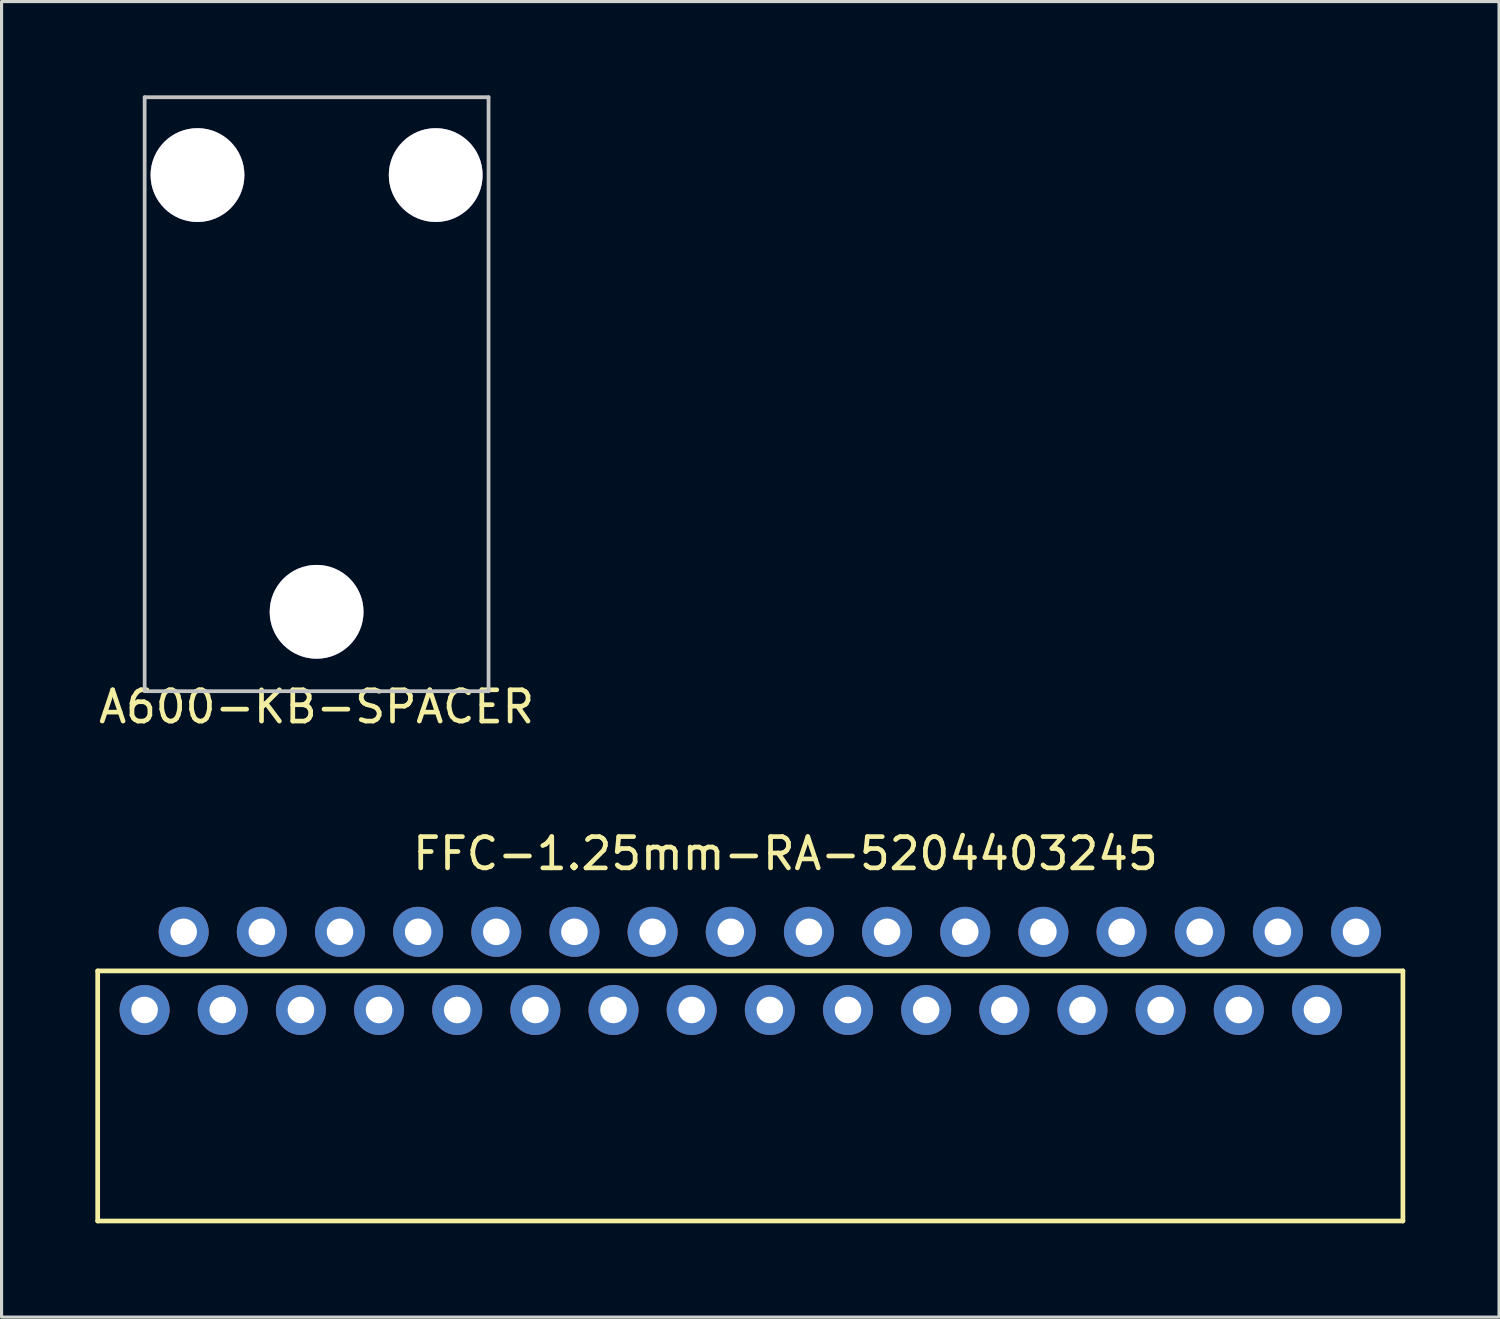
<source format=kicad_pcb>
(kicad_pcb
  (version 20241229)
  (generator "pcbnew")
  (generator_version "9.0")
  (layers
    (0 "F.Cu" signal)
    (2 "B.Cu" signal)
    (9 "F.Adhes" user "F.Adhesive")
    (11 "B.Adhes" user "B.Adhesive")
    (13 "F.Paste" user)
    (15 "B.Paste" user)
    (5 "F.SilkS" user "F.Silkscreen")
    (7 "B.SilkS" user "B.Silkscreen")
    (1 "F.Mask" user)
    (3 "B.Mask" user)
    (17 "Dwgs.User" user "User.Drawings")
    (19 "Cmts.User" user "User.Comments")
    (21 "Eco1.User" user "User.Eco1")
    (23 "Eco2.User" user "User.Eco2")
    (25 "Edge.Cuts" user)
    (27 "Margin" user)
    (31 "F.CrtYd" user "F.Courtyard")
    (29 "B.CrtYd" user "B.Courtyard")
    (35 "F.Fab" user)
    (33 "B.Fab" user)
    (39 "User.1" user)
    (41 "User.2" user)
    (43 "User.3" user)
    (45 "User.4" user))
  (footprint "A600-KB-SPACER"
    (layer "F.Cu")
    (at 7.077 19.06)
    (property "Reference" "A600-KB-SPACER" (at 0 0.5 0) (layer "F.SilkS") (effects (font (size 1 1) (thickness 0.15))))
    (attr through_hole)
    (fp_line (start -5.5 -19) (end 5.5 -19) (stroke (width 0.12) (type solid)) (layer "Dwgs.User"))
    (fp_line (start -5.5 0) (end -5.5 -19) (stroke (width 0.12) (type solid)) (layer "Dwgs.User"))
    (fp_line (start 5.5 -19) (end 5.5 0) (stroke (width 0.12) (type solid)) (layer "Dwgs.User"))
    (fp_line (start 5.5 0) (end -5.5 0) (stroke (width 0.12) (type solid)) (layer "Dwgs.User"))
    (pad "1" thru_hole circle (at 0 -2.54) (size 3 3) (drill 3) (layers "*.Cu" "*.Mask"))
    (pad "2" thru_hole circle (at -3.81 -16.51) (size 3 3) (drill 3) (layers "*.Cu" "*.Mask"))
    (pad "3" thru_hole circle (at 3.81 -16.51) (size 3 3) (drill 3) (layers "*.Cu" "*.Mask")))
  (footprint "FFC-1.25mm-RA-5204403245"
    (layer "F.Cu")
    (at 21.575 28.006)
    (property "Reference" "FFC-1.25mm-RA-5204403245" (at 0.5 -3.75 0) (layer "F.SilkS") (effects (font (size 1 1) (thickness 0.15))))
    (attr through_hole)
    (fp_line (start -21.5 0) (end -21.5 8) (stroke (width 0.15) (type solid)) (layer "F.SilkS"))
    (fp_line (start -21.5 8) (end 20.25 8) (stroke (width 0.15) (type solid)) (layer "F.SilkS"))
    (fp_line (start 20.25 0) (end -21.5 0) (stroke (width 0.15) (type solid)) (layer "F.SilkS"))
    (fp_line (start 20.25 8) (end 20.25 0) (stroke (width 0.15) (type solid)) (layer "F.SilkS"))
    (pad "1" thru_hole circle (at -20 1.25) (size 1.6 1.6) (drill 0.85) (layers "*.Cu" "*.Mask"))
    (pad "2" thru_hole circle (at -18.75 -1.25) (size 1.6 1.6) (drill 0.85) (layers "*.Cu" "*.Mask"))
    (pad "3" thru_hole circle (at -17.5 1.25) (size 1.6 1.6) (drill 0.85) (layers "*.Cu" "*.Mask"))
    (pad "4" thru_hole circle (at -16.25 -1.25) (size 1.6 1.6) (drill 0.85) (layers "*.Cu" "*.Mask"))
    (pad "5" thru_hole circle (at -15 1.25) (size 1.6 1.6) (drill 0.85) (layers "*.Cu" "*.Mask"))
    (pad "6" thru_hole circle (at -13.75 -1.25) (size 1.6 1.6) (drill 0.85) (layers "*.Cu" "*.Mask"))
    (pad "7" thru_hole circle (at -12.5 1.25) (size 1.6 1.6) (drill 0.85) (layers "*.Cu" "*.Mask"))
    (pad "8" thru_hole circle (at -11.25 -1.25) (size 1.6 1.6) (drill 0.85) (layers "*.Cu" "*.Mask"))
    (pad "9" thru_hole circle (at -10 1.25) (size 1.6 1.6) (drill 0.85) (layers "*.Cu" "*.Mask"))
    (pad "10" thru_hole circle (at -8.75 -1.25) (size 1.6 1.6) (drill 0.85) (layers "*.Cu" "*.Mask"))
    (pad "11" thru_hole circle (at -7.5 1.25) (size 1.6 1.6) (drill 0.85) (layers "*.Cu" "*.Mask"))
    (pad "12" thru_hole circle (at -6.25 -1.25) (size 1.6 1.6) (drill 0.85) (layers "*.Cu" "*.Mask"))
    (pad "13" thru_hole circle (at -5 1.25) (size 1.6 1.6) (drill 0.85) (layers "*.Cu" "*.Mask"))
    (pad "14" thru_hole circle (at -3.75 -1.25) (size 1.6 1.6) (drill 0.85) (layers "*.Cu" "*.Mask"))
    (pad "15" thru_hole circle (at -2.5 1.25) (size 1.6 1.6) (drill 0.85) (layers "*.Cu" "*.Mask"))
    (pad "16" thru_hole circle (at -1.25 -1.25) (size 1.6 1.6) (drill 0.85) (layers "*.Cu" "*.Mask"))
    (pad "17" thru_hole circle (at 0 1.25) (size 1.6 1.6) (drill 0.85) (layers "*.Cu" "*.Mask"))
    (pad "18" thru_hole circle (at 1.25 -1.25) (size 1.6 1.6) (drill 0.85) (layers "*.Cu" "*.Mask"))
    (pad "19" thru_hole circle (at 2.5 1.25) (size 1.6 1.6) (drill 0.85) (layers "*.Cu" "*.Mask"))
    (pad "20" thru_hole circle (at 3.75 -1.25) (size 1.6 1.6) (drill 0.85) (layers "*.Cu" "*.Mask"))
    (pad "21" thru_hole circle (at 5 1.25) (size 1.6 1.6) (drill 0.85) (layers "*.Cu" "*.Mask"))
    (pad "22" thru_hole circle (at 6.25 -1.25) (size 1.6 1.6) (drill 0.85) (layers "*.Cu" "*.Mask"))
    (pad "23" thru_hole circle (at 7.5 1.25) (size 1.6 1.6) (drill 0.85) (layers "*.Cu" "*.Mask"))
    (pad "24" thru_hole circle (at 8.75 -1.25) (size 1.6 1.6) (drill 0.85) (layers "*.Cu" "*.Mask"))
    (pad "25" thru_hole circle (at 10 1.25) (size 1.6 1.6) (drill 0.85) (layers "*.Cu" "*.Mask"))
    (pad "26" thru_hole circle (at 11.25 -1.25) (size 1.6 1.6) (drill 0.85) (layers "*.Cu" "*.Mask"))
    (pad "27" thru_hole circle (at 12.5 1.25) (size 1.6 1.6) (drill 0.85) (layers "*.Cu" "*.Mask"))
    (pad "28" thru_hole circle (at 13.75 -1.25) (size 1.6 1.6) (drill 0.85) (layers "*.Cu" "*.Mask"))
    (pad "29" thru_hole circle (at 15 1.25) (size 1.6 1.6) (drill 0.85) (layers "*.Cu" "*.Mask"))
    (pad "30" thru_hole circle (at 16.25 -1.25) (size 1.6 1.6) (drill 0.85) (layers "*.Cu" "*.Mask"))
    (pad "31" thru_hole circle (at 17.5 1.25) (size 1.6 1.6) (drill 0.85) (layers "*.Cu" "*.Mask"))
    (pad "32" thru_hole circle (at 18.75 -1.25) (size 1.6 1.6) (drill 0.85) (layers "*.Cu" "*.Mask")))
  (gr_rect
    (start -3 -3)
    (end 44.9 39.081)
    (stroke (width 0.1) (type default))
    (fill no)
    (layer "Edge.Cuts")))
</source>
